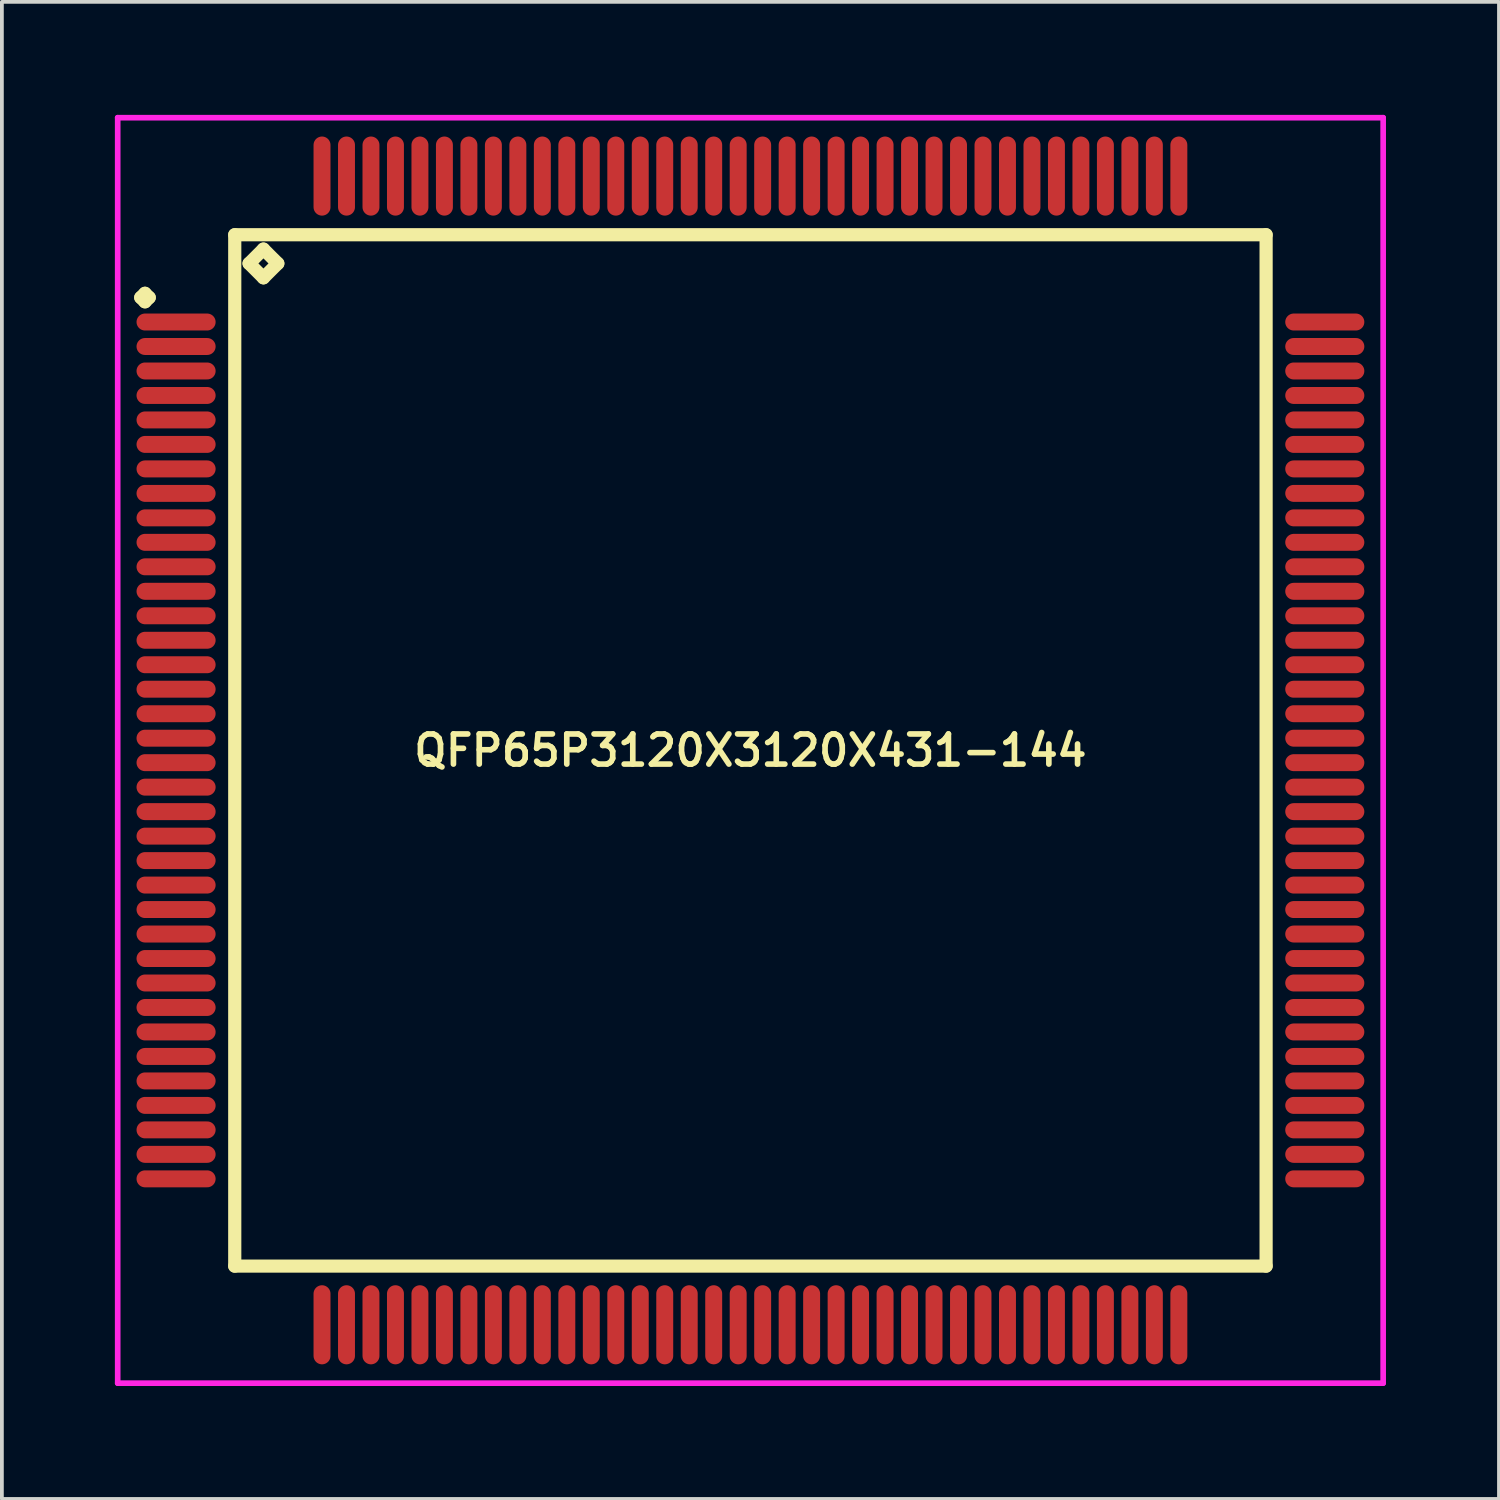
<source format=kicad_pcb>
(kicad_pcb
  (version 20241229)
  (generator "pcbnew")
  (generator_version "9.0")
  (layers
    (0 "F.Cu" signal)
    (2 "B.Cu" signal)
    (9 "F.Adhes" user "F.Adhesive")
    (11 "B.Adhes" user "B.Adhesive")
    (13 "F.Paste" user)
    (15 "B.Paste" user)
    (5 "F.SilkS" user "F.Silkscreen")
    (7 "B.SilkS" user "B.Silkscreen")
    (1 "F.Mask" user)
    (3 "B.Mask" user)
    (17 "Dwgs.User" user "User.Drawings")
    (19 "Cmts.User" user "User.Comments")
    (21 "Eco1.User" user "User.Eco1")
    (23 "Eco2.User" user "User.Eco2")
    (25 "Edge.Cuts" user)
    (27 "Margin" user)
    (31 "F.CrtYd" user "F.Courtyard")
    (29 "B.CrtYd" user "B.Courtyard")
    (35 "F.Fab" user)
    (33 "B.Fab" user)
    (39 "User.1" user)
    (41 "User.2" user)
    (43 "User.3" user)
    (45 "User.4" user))
  (footprint "QFP65P3120X3120X431-144"
    (layer "F.Cu")
    (at 16.875 16.875)
    (property "Reference" "QFP65P3120X3120X431-144" (at 0 0 0) (layer "F.SilkS") (effects (font (size 0.8 0.8) (thickness 0.15))))
    (attr smd)
    (fp_line (start -16.188 -12.025) (end -16.075 -12.137) (stroke (width 0.35) (type solid)) (layer "F.SilkS"))
    (fp_line (start -16.075 -12.137) (end -15.963 -12.025) (stroke (width 0.35) (type solid)) (layer "F.SilkS"))
    (fp_line (start -16.075 -11.912) (end -16.188 -12.025) (stroke (width 0.35) (type solid)) (layer "F.SilkS"))
    (fp_line (start -15.963 -12.025) (end -16.075 -11.912) (stroke (width 0.35) (type solid)) (layer "F.SilkS"))
    (fp_line (start -13.692 -13.692) (end -13.692 13.692) (stroke (width 0.35) (type solid)) (layer "F.SilkS"))
    (fp_line (start -13.692 13.692) (end 13.692 13.692) (stroke (width 0.35) (type solid)) (layer "F.SilkS"))
    (fp_line (start -13.311 -12.93) (end -12.93 -13.311) (stroke (width 0.35) (type solid)) (layer "F.SilkS"))
    (fp_line (start -12.93 -13.311) (end -12.549 -12.93) (stroke (width 0.35) (type solid)) (layer "F.SilkS"))
    (fp_line (start -12.93 -12.549) (end -13.311 -12.93) (stroke (width 0.35) (type solid)) (layer "F.SilkS"))
    (fp_line (start -12.549 -12.93) (end -12.93 -12.549) (stroke (width 0.35) (type solid)) (layer "F.SilkS"))
    (fp_line (start 13.692 -13.692) (end -13.692 -13.692) (stroke (width 0.35) (type solid)) (layer "F.SilkS"))
    (fp_line (start 13.692 13.692) (end 13.692 -13.692) (stroke (width 0.35) (type solid)) (layer "F.SilkS"))
    (fp_line (start -16.8 -16.8) (end 16.8 -16.8) (stroke (width 0.15) (type solid)) (layer "F.CrtYd"))
    (fp_line (start -16.8 16.8) (end -16.8 -16.8) (stroke (width 0.15) (type solid)) (layer "F.CrtYd"))
    (fp_line (start 16.8 -16.8) (end 16.8 16.8) (stroke (width 0.15) (type solid)) (layer "F.CrtYd"))
    (fp_line (start 16.8 16.8) (end -16.8 16.8) (stroke (width 0.15) (type solid)) (layer "F.CrtYd"))
    (pad "1" smd oval (at -15.25 -11.375) (size 2.1 0.45) (layers "F.Cu" "F.Mask" "F.Paste"))
    (pad "2" smd oval (at -15.25 -10.725) (size 2.1 0.45) (layers "F.Cu" "F.Mask" "F.Paste"))
    (pad "3" smd oval (at -15.25 -10.075) (size 2.1 0.45) (layers "F.Cu" "F.Mask" "F.Paste"))
    (pad "4" smd oval (at -15.25 -9.425) (size 2.1 0.45) (layers "F.Cu" "F.Mask" "F.Paste"))
    (pad "5" smd oval (at -15.25 -8.775) (size 2.1 0.45) (layers "F.Cu" "F.Mask" "F.Paste"))
    (pad "6" smd oval (at -15.25 -8.125) (size 2.1 0.45) (layers "F.Cu" "F.Mask" "F.Paste"))
    (pad "7" smd oval (at -15.25 -7.475) (size 2.1 0.45) (layers "F.Cu" "F.Mask" "F.Paste"))
    (pad "8" smd oval (at -15.25 -6.825) (size 2.1 0.45) (layers "F.Cu" "F.Mask" "F.Paste"))
    (pad "9" smd oval (at -15.25 -6.175) (size 2.1 0.45) (layers "F.Cu" "F.Mask" "F.Paste"))
    (pad "10" smd oval (at -15.25 -5.525) (size 2.1 0.45) (layers "F.Cu" "F.Mask" "F.Paste"))
    (pad "11" smd oval (at -15.25 -4.875) (size 2.1 0.45) (layers "F.Cu" "F.Mask" "F.Paste"))
    (pad "12" smd oval (at -15.25 -4.225) (size 2.1 0.45) (layers "F.Cu" "F.Mask" "F.Paste"))
    (pad "13" smd oval (at -15.25 -3.575) (size 2.1 0.45) (layers "F.Cu" "F.Mask" "F.Paste"))
    (pad "14" smd oval (at -15.25 -2.925) (size 2.1 0.45) (layers "F.Cu" "F.Mask" "F.Paste"))
    (pad "15" smd oval (at -15.25 -2.275) (size 2.1 0.45) (layers "F.Cu" "F.Mask" "F.Paste"))
    (pad "16" smd oval (at -15.25 -1.625) (size 2.1 0.45) (layers "F.Cu" "F.Mask" "F.Paste"))
    (pad "17" smd oval (at -15.25 -0.975) (size 2.1 0.45) (layers "F.Cu" "F.Mask" "F.Paste"))
    (pad "18" smd oval (at -15.25 -0.325) (size 2.1 0.45) (layers "F.Cu" "F.Mask" "F.Paste"))
    (pad "19" smd oval (at -15.25 0.325) (size 2.1 0.45) (layers "F.Cu" "F.Mask" "F.Paste"))
    (pad "20" smd oval (at -15.25 0.975) (size 2.1 0.45) (layers "F.Cu" "F.Mask" "F.Paste"))
    (pad "21" smd oval (at -15.25 1.625) (size 2.1 0.45) (layers "F.Cu" "F.Mask" "F.Paste"))
    (pad "22" smd oval (at -15.25 2.275) (size 2.1 0.45) (layers "F.Cu" "F.Mask" "F.Paste"))
    (pad "23" smd oval (at -15.25 2.925) (size 2.1 0.45) (layers "F.Cu" "F.Mask" "F.Paste"))
    (pad "24" smd oval (at -15.25 3.575) (size 2.1 0.45) (layers "F.Cu" "F.Mask" "F.Paste"))
    (pad "25" smd oval (at -15.25 4.225) (size 2.1 0.45) (layers "F.Cu" "F.Mask" "F.Paste"))
    (pad "26" smd oval (at -15.25 4.875) (size 2.1 0.45) (layers "F.Cu" "F.Mask" "F.Paste"))
    (pad "27" smd oval (at -15.25 5.525) (size 2.1 0.45) (layers "F.Cu" "F.Mask" "F.Paste"))
    (pad "28" smd oval (at -15.25 6.175) (size 2.1 0.45) (layers "F.Cu" "F.Mask" "F.Paste"))
    (pad "29" smd oval (at -15.25 6.825) (size 2.1 0.45) (layers "F.Cu" "F.Mask" "F.Paste"))
    (pad "30" smd oval (at -15.25 7.475) (size 2.1 0.45) (layers "F.Cu" "F.Mask" "F.Paste"))
    (pad "31" smd oval (at -15.25 8.125) (size 2.1 0.45) (layers "F.Cu" "F.Mask" "F.Paste"))
    (pad "32" smd oval (at -15.25 8.775) (size 2.1 0.45) (layers "F.Cu" "F.Mask" "F.Paste"))
    (pad "33" smd oval (at -15.25 9.425) (size 2.1 0.45) (layers "F.Cu" "F.Mask" "F.Paste"))
    (pad "34" smd oval (at -15.25 10.075) (size 2.1 0.45) (layers "F.Cu" "F.Mask" "F.Paste"))
    (pad "35" smd oval (at -15.25 10.725) (size 2.1 0.45) (layers "F.Cu" "F.Mask" "F.Paste"))
    (pad "36" smd oval (at -15.25 11.375) (size 2.1 0.45) (layers "F.Cu" "F.Mask" "F.Paste"))
    (pad "37" smd oval (at -11.375 15.25) (size 0.45 2.1) (layers "F.Cu" "F.Mask" "F.Paste"))
    (pad "38" smd oval (at -10.725 15.25) (size 0.45 2.1) (layers "F.Cu" "F.Mask" "F.Paste"))
    (pad "39" smd oval (at -10.075 15.25) (size 0.45 2.1) (layers "F.Cu" "F.Mask" "F.Paste"))
    (pad "40" smd oval (at -9.425 15.25) (size 0.45 2.1) (layers "F.Cu" "F.Mask" "F.Paste"))
    (pad "41" smd oval (at -8.775 15.25) (size 0.45 2.1) (layers "F.Cu" "F.Mask" "F.Paste"))
    (pad "42" smd oval (at -8.125 15.25) (size 0.45 2.1) (layers "F.Cu" "F.Mask" "F.Paste"))
    (pad "43" smd oval (at -7.475 15.25) (size 0.45 2.1) (layers "F.Cu" "F.Mask" "F.Paste"))
    (pad "44" smd oval (at -6.825 15.25) (size 0.45 2.1) (layers "F.Cu" "F.Mask" "F.Paste"))
    (pad "45" smd oval (at -6.175 15.25) (size 0.45 2.1) (layers "F.Cu" "F.Mask" "F.Paste"))
    (pad "46" smd oval (at -5.525 15.25) (size 0.45 2.1) (layers "F.Cu" "F.Mask" "F.Paste"))
    (pad "47" smd oval (at -4.875 15.25) (size 0.45 2.1) (layers "F.Cu" "F.Mask" "F.Paste"))
    (pad "48" smd oval (at -4.225 15.25) (size 0.45 2.1) (layers "F.Cu" "F.Mask" "F.Paste"))
    (pad "49" smd oval (at -3.575 15.25) (size 0.45 2.1) (layers "F.Cu" "F.Mask" "F.Paste"))
    (pad "50" smd oval (at -2.925 15.25) (size 0.45 2.1) (layers "F.Cu" "F.Mask" "F.Paste"))
    (pad "51" smd oval (at -2.275 15.25) (size 0.45 2.1) (layers "F.Cu" "F.Mask" "F.Paste"))
    (pad "52" smd oval (at -1.625 15.25) (size 0.45 2.1) (layers "F.Cu" "F.Mask" "F.Paste"))
    (pad "53" smd oval (at -0.975 15.25) (size 0.45 2.1) (layers "F.Cu" "F.Mask" "F.Paste"))
    (pad "54" smd oval (at -0.325 15.25) (size 0.45 2.1) (layers "F.Cu" "F.Mask" "F.Paste"))
    (pad "55" smd oval (at 0.325 15.25) (size 0.45 2.1) (layers "F.Cu" "F.Mask" "F.Paste"))
    (pad "56" smd oval (at 0.975 15.25) (size 0.45 2.1) (layers "F.Cu" "F.Mask" "F.Paste"))
    (pad "57" smd oval (at 1.625 15.25) (size 0.45 2.1) (layers "F.Cu" "F.Mask" "F.Paste"))
    (pad "58" smd oval (at 2.275 15.25) (size 0.45 2.1) (layers "F.Cu" "F.Mask" "F.Paste"))
    (pad "59" smd oval (at 2.925 15.25) (size 0.45 2.1) (layers "F.Cu" "F.Mask" "F.Paste"))
    (pad "60" smd oval (at 3.575 15.25) (size 0.45 2.1) (layers "F.Cu" "F.Mask" "F.Paste"))
    (pad "61" smd oval (at 4.225 15.25) (size 0.45 2.1) (layers "F.Cu" "F.Mask" "F.Paste"))
    (pad "62" smd oval (at 4.875 15.25) (size 0.45 2.1) (layers "F.Cu" "F.Mask" "F.Paste"))
    (pad "63" smd oval (at 5.525 15.25) (size 0.45 2.1) (layers "F.Cu" "F.Mask" "F.Paste"))
    (pad "64" smd oval (at 6.175 15.25) (size 0.45 2.1) (layers "F.Cu" "F.Mask" "F.Paste"))
    (pad "65" smd oval (at 6.825 15.25) (size 0.45 2.1) (layers "F.Cu" "F.Mask" "F.Paste"))
    (pad "66" smd oval (at 7.475 15.25) (size 0.45 2.1) (layers "F.Cu" "F.Mask" "F.Paste"))
    (pad "67" smd oval (at 8.125 15.25) (size 0.45 2.1) (layers "F.Cu" "F.Mask" "F.Paste"))
    (pad "68" smd oval (at 8.775 15.25) (size 0.45 2.1) (layers "F.Cu" "F.Mask" "F.Paste"))
    (pad "69" smd oval (at 9.425 15.25) (size 0.45 2.1) (layers "F.Cu" "F.Mask" "F.Paste"))
    (pad "70" smd oval (at 10.075 15.25) (size 0.45 2.1) (layers "F.Cu" "F.Mask" "F.Paste"))
    (pad "71" smd oval (at 10.725 15.25) (size 0.45 2.1) (layers "F.Cu" "F.Mask" "F.Paste"))
    (pad "72" smd oval (at 11.375 15.25) (size 0.45 2.1) (layers "F.Cu" "F.Mask" "F.Paste"))
    (pad "73" smd oval (at 15.25 11.375) (size 2.1 0.45) (layers "F.Cu" "F.Mask" "F.Paste"))
    (pad "74" smd oval (at 15.25 10.725) (size 2.1 0.45) (layers "F.Cu" "F.Mask" "F.Paste"))
    (pad "75" smd oval (at 15.25 10.075) (size 2.1 0.45) (layers "F.Cu" "F.Mask" "F.Paste"))
    (pad "76" smd oval (at 15.25 9.425) (size 2.1 0.45) (layers "F.Cu" "F.Mask" "F.Paste"))
    (pad "77" smd oval (at 15.25 8.775) (size 2.1 0.45) (layers "F.Cu" "F.Mask" "F.Paste"))
    (pad "78" smd oval (at 15.25 8.125) (size 2.1 0.45) (layers "F.Cu" "F.Mask" "F.Paste"))
    (pad "79" smd oval (at 15.25 7.475) (size 2.1 0.45) (layers "F.Cu" "F.Mask" "F.Paste"))
    (pad "80" smd oval (at 15.25 6.825) (size 2.1 0.45) (layers "F.Cu" "F.Mask" "F.Paste"))
    (pad "81" smd oval (at 15.25 6.175) (size 2.1 0.45) (layers "F.Cu" "F.Mask" "F.Paste"))
    (pad "82" smd oval (at 15.25 5.525) (size 2.1 0.45) (layers "F.Cu" "F.Mask" "F.Paste"))
    (pad "83" smd oval (at 15.25 4.875) (size 2.1 0.45) (layers "F.Cu" "F.Mask" "F.Paste"))
    (pad "84" smd oval (at 15.25 4.225) (size 2.1 0.45) (layers "F.Cu" "F.Mask" "F.Paste"))
    (pad "85" smd oval (at 15.25 3.575) (size 2.1 0.45) (layers "F.Cu" "F.Mask" "F.Paste"))
    (pad "86" smd oval (at 15.25 2.925) (size 2.1 0.45) (layers "F.Cu" "F.Mask" "F.Paste"))
    (pad "87" smd oval (at 15.25 2.275) (size 2.1 0.45) (layers "F.Cu" "F.Mask" "F.Paste"))
    (pad "88" smd oval (at 15.25 1.625) (size 2.1 0.45) (layers "F.Cu" "F.Mask" "F.Paste"))
    (pad "89" smd oval (at 15.25 0.975) (size 2.1 0.45) (layers "F.Cu" "F.Mask" "F.Paste"))
    (pad "90" smd oval (at 15.25 0.325) (size 2.1 0.45) (layers "F.Cu" "F.Mask" "F.Paste"))
    (pad "91" smd oval (at 15.25 -0.325) (size 2.1 0.45) (layers "F.Cu" "F.Mask" "F.Paste"))
    (pad "92" smd oval (at 15.25 -0.975) (size 2.1 0.45) (layers "F.Cu" "F.Mask" "F.Paste"))
    (pad "93" smd oval (at 15.25 -1.625) (size 2.1 0.45) (layers "F.Cu" "F.Mask" "F.Paste"))
    (pad "94" smd oval (at 15.25 -2.275) (size 2.1 0.45) (layers "F.Cu" "F.Mask" "F.Paste"))
    (pad "95" smd oval (at 15.25 -2.925) (size 2.1 0.45) (layers "F.Cu" "F.Mask" "F.Paste"))
    (pad "96" smd oval (at 15.25 -3.575) (size 2.1 0.45) (layers "F.Cu" "F.Mask" "F.Paste"))
    (pad "97" smd oval (at 15.25 -4.225) (size 2.1 0.45) (layers "F.Cu" "F.Mask" "F.Paste"))
    (pad "98" smd oval (at 15.25 -4.875) (size 2.1 0.45) (layers "F.Cu" "F.Mask" "F.Paste"))
    (pad "99" smd oval (at 15.25 -5.525) (size 2.1 0.45) (layers "F.Cu" "F.Mask" "F.Paste"))
    (pad "100" smd oval (at 15.25 -6.175) (size 2.1 0.45) (layers "F.Cu" "F.Mask" "F.Paste"))
    (pad "101" smd oval (at 15.25 -6.825) (size 2.1 0.45) (layers "F.Cu" "F.Mask" "F.Paste"))
    (pad "102" smd oval (at 15.25 -7.475) (size 2.1 0.45) (layers "F.Cu" "F.Mask" "F.Paste"))
    (pad "103" smd oval (at 15.25 -8.125) (size 2.1 0.45) (layers "F.Cu" "F.Mask" "F.Paste"))
    (pad "104" smd oval (at 15.25 -8.775) (size 2.1 0.45) (layers "F.Cu" "F.Mask" "F.Paste"))
    (pad "105" smd oval (at 15.25 -9.425) (size 2.1 0.45) (layers "F.Cu" "F.Mask" "F.Paste"))
    (pad "106" smd oval (at 15.25 -10.075) (size 2.1 0.45) (layers "F.Cu" "F.Mask" "F.Paste"))
    (pad "107" smd oval (at 15.25 -10.725) (size 2.1 0.45) (layers "F.Cu" "F.Mask" "F.Paste"))
    (pad "108" smd oval (at 15.25 -11.375) (size 2.1 0.45) (layers "F.Cu" "F.Mask" "F.Paste"))
    (pad "109" smd oval (at 11.375 -15.25) (size 0.45 2.1) (layers "F.Cu" "F.Mask" "F.Paste"))
    (pad "110" smd oval (at 10.725 -15.25) (size 0.45 2.1) (layers "F.Cu" "F.Mask" "F.Paste"))
    (pad "111" smd oval (at 10.075 -15.25) (size 0.45 2.1) (layers "F.Cu" "F.Mask" "F.Paste"))
    (pad "112" smd oval (at 9.425 -15.25) (size 0.45 2.1) (layers "F.Cu" "F.Mask" "F.Paste"))
    (pad "113" smd oval (at 8.775 -15.25) (size 0.45 2.1) (layers "F.Cu" "F.Mask" "F.Paste"))
    (pad "114" smd oval (at 8.125 -15.25) (size 0.45 2.1) (layers "F.Cu" "F.Mask" "F.Paste"))
    (pad "115" smd oval (at 7.475 -15.25) (size 0.45 2.1) (layers "F.Cu" "F.Mask" "F.Paste"))
    (pad "116" smd oval (at 6.825 -15.25) (size 0.45 2.1) (layers "F.Cu" "F.Mask" "F.Paste"))
    (pad "117" smd oval (at 6.175 -15.25) (size 0.45 2.1) (layers "F.Cu" "F.Mask" "F.Paste"))
    (pad "118" smd oval (at 5.525 -15.25) (size 0.45 2.1) (layers "F.Cu" "F.Mask" "F.Paste"))
    (pad "119" smd oval (at 4.875 -15.25) (size 0.45 2.1) (layers "F.Cu" "F.Mask" "F.Paste"))
    (pad "120" smd oval (at 4.225 -15.25) (size 0.45 2.1) (layers "F.Cu" "F.Mask" "F.Paste"))
    (pad "121" smd oval (at 3.575 -15.25) (size 0.45 2.1) (layers "F.Cu" "F.Mask" "F.Paste"))
    (pad "122" smd oval (at 2.925 -15.25) (size 0.45 2.1) (layers "F.Cu" "F.Mask" "F.Paste"))
    (pad "123" smd oval (at 2.275 -15.25) (size 0.45 2.1) (layers "F.Cu" "F.Mask" "F.Paste"))
    (pad "124" smd oval (at 1.625 -15.25) (size 0.45 2.1) (layers "F.Cu" "F.Mask" "F.Paste"))
    (pad "125" smd oval (at 0.975 -15.25) (size 0.45 2.1) (layers "F.Cu" "F.Mask" "F.Paste"))
    (pad "126" smd oval (at 0.325 -15.25) (size 0.45 2.1) (layers "F.Cu" "F.Mask" "F.Paste"))
    (pad "127" smd oval (at -0.325 -15.25) (size 0.45 2.1) (layers "F.Cu" "F.Mask" "F.Paste"))
    (pad "128" smd oval (at -0.975 -15.25) (size 0.45 2.1) (layers "F.Cu" "F.Mask" "F.Paste"))
    (pad "129" smd oval (at -1.625 -15.25) (size 0.45 2.1) (layers "F.Cu" "F.Mask" "F.Paste"))
    (pad "130" smd oval (at -2.275 -15.25) (size 0.45 2.1) (layers "F.Cu" "F.Mask" "F.Paste"))
    (pad "131" smd oval (at -2.925 -15.25) (size 0.45 2.1) (layers "F.Cu" "F.Mask" "F.Paste"))
    (pad "132" smd oval (at -3.575 -15.25) (size 0.45 2.1) (layers "F.Cu" "F.Mask" "F.Paste"))
    (pad "133" smd oval (at -4.225 -15.25) (size 0.45 2.1) (layers "F.Cu" "F.Mask" "F.Paste"))
    (pad "134" smd oval (at -4.875 -15.25) (size 0.45 2.1) (layers "F.Cu" "F.Mask" "F.Paste"))
    (pad "135" smd oval (at -5.525 -15.25) (size 0.45 2.1) (layers "F.Cu" "F.Mask" "F.Paste"))
    (pad "136" smd oval (at -6.175 -15.25) (size 0.45 2.1) (layers "F.Cu" "F.Mask" "F.Paste"))
    (pad "137" smd oval (at -6.825 -15.25) (size 0.45 2.1) (layers "F.Cu" "F.Mask" "F.Paste"))
    (pad "138" smd oval (at -7.475 -15.25) (size 0.45 2.1) (layers "F.Cu" "F.Mask" "F.Paste"))
    (pad "139" smd oval (at -8.125 -15.25) (size 0.45 2.1) (layers "F.Cu" "F.Mask" "F.Paste"))
    (pad "140" smd oval (at -8.775 -15.25) (size 0.45 2.1) (layers "F.Cu" "F.Mask" "F.Paste"))
    (pad "141" smd oval (at -9.425 -15.25) (size 0.45 2.1) (layers "F.Cu" "F.Mask" "F.Paste"))
    (pad "142" smd oval (at -10.075 -15.25) (size 0.45 2.1) (layers "F.Cu" "F.Mask" "F.Paste"))
    (pad "143" smd oval (at -10.725 -15.25) (size 0.45 2.1) (layers "F.Cu" "F.Mask" "F.Paste"))
    (pad "144" smd oval (at -11.375 -15.25) (size 0.45 2.1) (layers "F.Cu" "F.Mask" "F.Paste")))
  (gr_rect
    (start -3 -3)
    (end 36.75 36.75)
    (stroke (width 0.1) (type default))
    (fill no)
    (layer "Edge.Cuts")))
</source>
